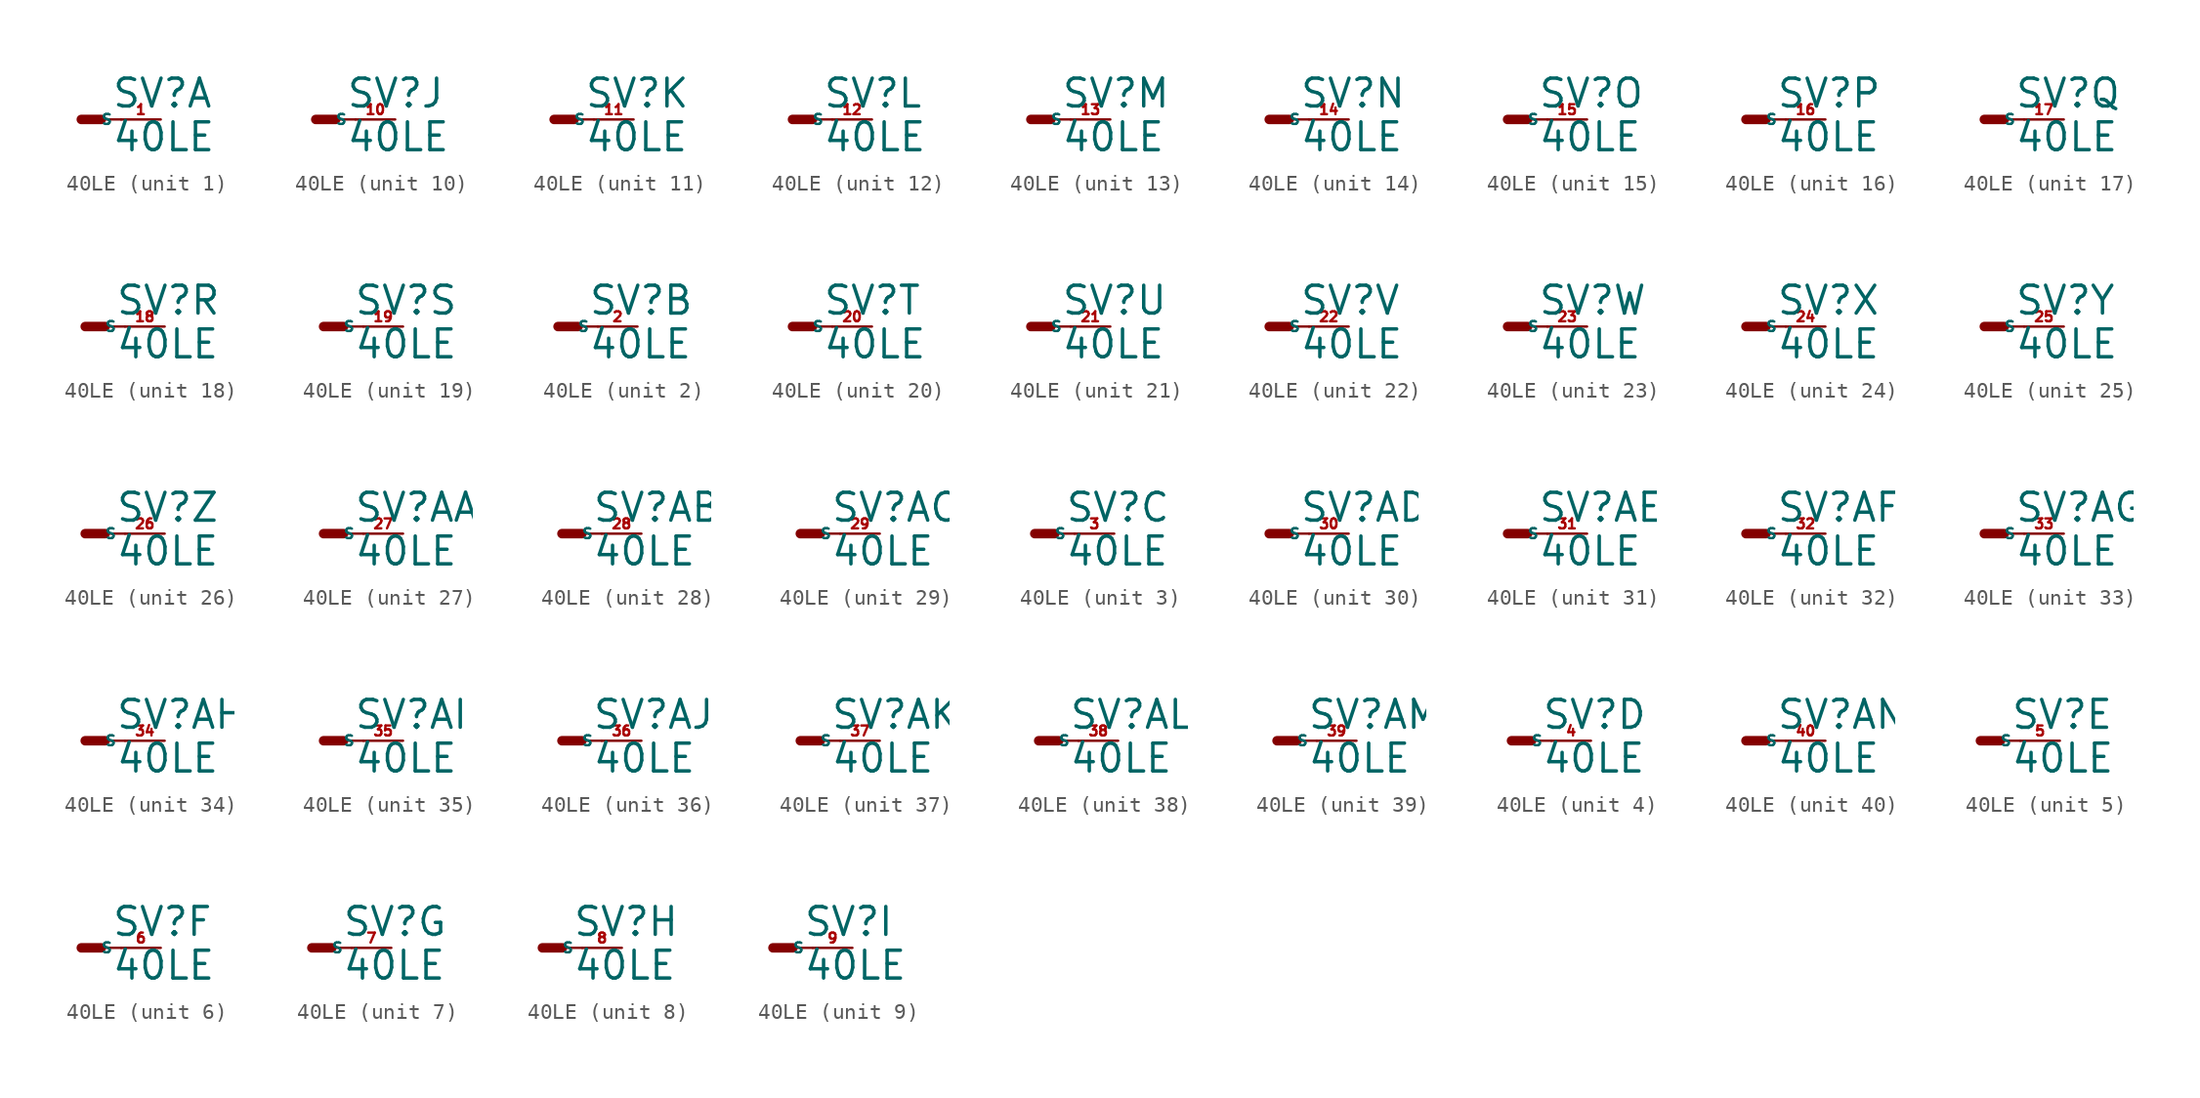
<source format=kicad_sym>
(kicad_symbol_lib
  (version 20220914)
  (generator Eagle2Kicad)
  (symbol "40LE"
    (property "Reference" "SV"
      (at 1.905 0.635 0)
      (effects (font (size 1.778 1.778) (thickness 0.22)) (justify left bottom)))
    (property "Value" "40LE"
      (at 1.905 -2.159 0)
      (effects (font (size 1.778 1.778) (thickness 0.22)) (justify left bottom)))
    (symbol "40LE_1_0"
      (polyline (pts (xy 0 0) (xy 1.27 0)) (stroke (width 0.61) (type default)) (fill (type none)))
      (polyline (pts (xy 2.54 0) (xy 1.27 0)) (stroke (width 0.152) (type default)) (fill (type none)))
      (pin passive line (at 5.08 0 180) (length 2.54) (name "S" (effects (font (size 0.635 0.635) (thickness 0.08)) (justify left bottom))) (number "1" (effects (font (size 0.635 0.635) (thickness 0.08)) (justify left bottom)))))
    (symbol "40LE_2_0"
      (polyline (pts (xy 0 0) (xy 1.27 0)) (stroke (width 0.61) (type default)) (fill (type none)))
      (polyline (pts (xy 2.54 0) (xy 1.27 0)) (stroke (width 0.152) (type default)) (fill (type none)))
      (pin passive line (at 5.08 0 180) (length 2.54) (name "S" (effects (font (size 0.635 0.635) (thickness 0.08)) (justify left bottom))) (number "2" (effects (font (size 0.635 0.635) (thickness 0.08)) (justify left bottom)))))
    (symbol "40LE_3_0"
      (polyline (pts (xy 0 0) (xy 1.27 0)) (stroke (width 0.61) (type default)) (fill (type none)))
      (polyline (pts (xy 2.54 0) (xy 1.27 0)) (stroke (width 0.152) (type default)) (fill (type none)))
      (pin passive line (at 5.08 0 180) (length 2.54) (name "S" (effects (font (size 0.635 0.635) (thickness 0.08)) (justify left bottom))) (number "3" (effects (font (size 0.635 0.635) (thickness 0.08)) (justify left bottom)))))
    (symbol "40LE_4_0"
      (polyline (pts (xy 0 0) (xy 1.27 0)) (stroke (width 0.61) (type default)) (fill (type none)))
      (polyline (pts (xy 2.54 0) (xy 1.27 0)) (stroke (width 0.152) (type default)) (fill (type none)))
      (pin passive line (at 5.08 0 180) (length 2.54) (name "S" (effects (font (size 0.635 0.635) (thickness 0.08)) (justify left bottom))) (number "4" (effects (font (size 0.635 0.635) (thickness 0.08)) (justify left bottom)))))
    (symbol "40LE_5_0"
      (polyline (pts (xy 0 0) (xy 1.27 0)) (stroke (width 0.61) (type default)) (fill (type none)))
      (polyline (pts (xy 2.54 0) (xy 1.27 0)) (stroke (width 0.152) (type default)) (fill (type none)))
      (pin passive line (at 5.08 0 180) (length 2.54) (name "S" (effects (font (size 0.635 0.635) (thickness 0.08)) (justify left bottom))) (number "5" (effects (font (size 0.635 0.635) (thickness 0.08)) (justify left bottom)))))
    (symbol "40LE_6_0"
      (polyline (pts (xy 0 0) (xy 1.27 0)) (stroke (width 0.61) (type default)) (fill (type none)))
      (polyline (pts (xy 2.54 0) (xy 1.27 0)) (stroke (width 0.152) (type default)) (fill (type none)))
      (pin passive line (at 5.08 0 180) (length 2.54) (name "S" (effects (font (size 0.635 0.635) (thickness 0.08)) (justify left bottom))) (number "6" (effects (font (size 0.635 0.635) (thickness 0.08)) (justify left bottom)))))
    (symbol "40LE_7_0"
      (polyline (pts (xy 0 0) (xy 1.27 0)) (stroke (width 0.61) (type default)) (fill (type none)))
      (polyline (pts (xy 2.54 0) (xy 1.27 0)) (stroke (width 0.152) (type default)) (fill (type none)))
      (pin passive line (at 5.08 0 180) (length 2.54) (name "S" (effects (font (size 0.635 0.635) (thickness 0.08)) (justify left bottom))) (number "7" (effects (font (size 0.635 0.635) (thickness 0.08)) (justify left bottom)))))
    (symbol "40LE_8_0"
      (polyline (pts (xy 0 0) (xy 1.27 0)) (stroke (width 0.61) (type default)) (fill (type none)))
      (polyline (pts (xy 2.54 0) (xy 1.27 0)) (stroke (width 0.152) (type default)) (fill (type none)))
      (pin passive line (at 5.08 0 180) (length 2.54) (name "S" (effects (font (size 0.635 0.635) (thickness 0.08)) (justify left bottom))) (number "8" (effects (font (size 0.635 0.635) (thickness 0.08)) (justify left bottom)))))
    (symbol "40LE_9_0"
      (polyline (pts (xy 0 0) (xy 1.27 0)) (stroke (width 0.61) (type default)) (fill (type none)))
      (polyline (pts (xy 2.54 0) (xy 1.27 0)) (stroke (width 0.152) (type default)) (fill (type none)))
      (pin passive line (at 5.08 0 180) (length 2.54) (name "S" (effects (font (size 0.635 0.635) (thickness 0.08)) (justify left bottom))) (number "9" (effects (font (size 0.635 0.635) (thickness 0.08)) (justify left bottom)))))
    (symbol "40LE_10_0"
      (polyline (pts (xy 0 0) (xy 1.27 0)) (stroke (width 0.61) (type default)) (fill (type none)))
      (polyline (pts (xy 2.54 0) (xy 1.27 0)) (stroke (width 0.152) (type default)) (fill (type none)))
      (pin passive line (at 5.08 0 180) (length 2.54) (name "S" (effects (font (size 0.635 0.635) (thickness 0.08)) (justify left bottom))) (number "10" (effects (font (size 0.635 0.635) (thickness 0.08)) (justify left bottom)))))
    (symbol "40LE_11_0"
      (polyline (pts (xy 0 0) (xy 1.27 0)) (stroke (width 0.61) (type default)) (fill (type none)))
      (polyline (pts (xy 2.54 0) (xy 1.27 0)) (stroke (width 0.152) (type default)) (fill (type none)))
      (pin passive line (at 5.08 0 180) (length 2.54) (name "S" (effects (font (size 0.635 0.635) (thickness 0.08)) (justify left bottom))) (number "11" (effects (font (size 0.635 0.635) (thickness 0.08)) (justify left bottom)))))
    (symbol "40LE_12_0"
      (polyline (pts (xy 0 0) (xy 1.27 0)) (stroke (width 0.61) (type default)) (fill (type none)))
      (polyline (pts (xy 2.54 0) (xy 1.27 0)) (stroke (width 0.152) (type default)) (fill (type none)))
      (pin passive line (at 5.08 0 180) (length 2.54) (name "S" (effects (font (size 0.635 0.635) (thickness 0.08)) (justify left bottom))) (number "12" (effects (font (size 0.635 0.635) (thickness 0.08)) (justify left bottom)))))
    (symbol "40LE_13_0"
      (polyline (pts (xy 0 0) (xy 1.27 0)) (stroke (width 0.61) (type default)) (fill (type none)))
      (polyline (pts (xy 2.54 0) (xy 1.27 0)) (stroke (width 0.152) (type default)) (fill (type none)))
      (pin passive line (at 5.08 0 180) (length 2.54) (name "S" (effects (font (size 0.635 0.635) (thickness 0.08)) (justify left bottom))) (number "13" (effects (font (size 0.635 0.635) (thickness 0.08)) (justify left bottom)))))
    (symbol "40LE_14_0"
      (polyline (pts (xy 0 0) (xy 1.27 0)) (stroke (width 0.61) (type default)) (fill (type none)))
      (polyline (pts (xy 2.54 0) (xy 1.27 0)) (stroke (width 0.152) (type default)) (fill (type none)))
      (pin passive line (at 5.08 0 180) (length 2.54) (name "S" (effects (font (size 0.635 0.635) (thickness 0.08)) (justify left bottom))) (number "14" (effects (font (size 0.635 0.635) (thickness 0.08)) (justify left bottom)))))
    (symbol "40LE_15_0"
      (polyline (pts (xy 0 0) (xy 1.27 0)) (stroke (width 0.61) (type default)) (fill (type none)))
      (polyline (pts (xy 2.54 0) (xy 1.27 0)) (stroke (width 0.152) (type default)) (fill (type none)))
      (pin passive line (at 5.08 0 180) (length 2.54) (name "S" (effects (font (size 0.635 0.635) (thickness 0.08)) (justify left bottom))) (number "15" (effects (font (size 0.635 0.635) (thickness 0.08)) (justify left bottom)))))
    (symbol "40LE_16_0"
      (polyline (pts (xy 0 0) (xy 1.27 0)) (stroke (width 0.61) (type default)) (fill (type none)))
      (polyline (pts (xy 2.54 0) (xy 1.27 0)) (stroke (width 0.152) (type default)) (fill (type none)))
      (pin passive line (at 5.08 0 180) (length 2.54) (name "S" (effects (font (size 0.635 0.635) (thickness 0.08)) (justify left bottom))) (number "16" (effects (font (size 0.635 0.635) (thickness 0.08)) (justify left bottom)))))
    (symbol "40LE_17_0"
      (polyline (pts (xy 0 0) (xy 1.27 0)) (stroke (width 0.61) (type default)) (fill (type none)))
      (polyline (pts (xy 2.54 0) (xy 1.27 0)) (stroke (width 0.152) (type default)) (fill (type none)))
      (pin passive line (at 5.08 0 180) (length 2.54) (name "S" (effects (font (size 0.635 0.635) (thickness 0.08)) (justify left bottom))) (number "17" (effects (font (size 0.635 0.635) (thickness 0.08)) (justify left bottom)))))
    (symbol "40LE_18_0"
      (polyline (pts (xy 0 0) (xy 1.27 0)) (stroke (width 0.61) (type default)) (fill (type none)))
      (polyline (pts (xy 2.54 0) (xy 1.27 0)) (stroke (width 0.152) (type default)) (fill (type none)))
      (pin passive line (at 5.08 0 180) (length 2.54) (name "S" (effects (font (size 0.635 0.635) (thickness 0.08)) (justify left bottom))) (number "18" (effects (font (size 0.635 0.635) (thickness 0.08)) (justify left bottom)))))
    (symbol "40LE_19_0"
      (polyline (pts (xy 0 0) (xy 1.27 0)) (stroke (width 0.61) (type default)) (fill (type none)))
      (polyline (pts (xy 2.54 0) (xy 1.27 0)) (stroke (width 0.152) (type default)) (fill (type none)))
      (pin passive line (at 5.08 0 180) (length 2.54) (name "S" (effects (font (size 0.635 0.635) (thickness 0.08)) (justify left bottom))) (number "19" (effects (font (size 0.635 0.635) (thickness 0.08)) (justify left bottom)))))
    (symbol "40LE_20_0"
      (polyline (pts (xy 0 0) (xy 1.27 0)) (stroke (width 0.61) (type default)) (fill (type none)))
      (polyline (pts (xy 2.54 0) (xy 1.27 0)) (stroke (width 0.152) (type default)) (fill (type none)))
      (pin passive line (at 5.08 0 180) (length 2.54) (name "S" (effects (font (size 0.635 0.635) (thickness 0.08)) (justify left bottom))) (number "20" (effects (font (size 0.635 0.635) (thickness 0.08)) (justify left bottom)))))
    (symbol "40LE_21_0"
      (polyline (pts (xy 0 0) (xy 1.27 0)) (stroke (width 0.61) (type default)) (fill (type none)))
      (polyline (pts (xy 2.54 0) (xy 1.27 0)) (stroke (width 0.152) (type default)) (fill (type none)))
      (pin passive line (at 5.08 0 180) (length 2.54) (name "S" (effects (font (size 0.635 0.635) (thickness 0.08)) (justify left bottom))) (number "21" (effects (font (size 0.635 0.635) (thickness 0.08)) (justify left bottom)))))
    (symbol "40LE_22_0"
      (polyline (pts (xy 0 0) (xy 1.27 0)) (stroke (width 0.61) (type default)) (fill (type none)))
      (polyline (pts (xy 2.54 0) (xy 1.27 0)) (stroke (width 0.152) (type default)) (fill (type none)))
      (pin passive line (at 5.08 0 180) (length 2.54) (name "S" (effects (font (size 0.635 0.635) (thickness 0.08)) (justify left bottom))) (number "22" (effects (font (size 0.635 0.635) (thickness 0.08)) (justify left bottom)))))
    (symbol "40LE_23_0"
      (polyline (pts (xy 0 0) (xy 1.27 0)) (stroke (width 0.61) (type default)) (fill (type none)))
      (polyline (pts (xy 2.54 0) (xy 1.27 0)) (stroke (width 0.152) (type default)) (fill (type none)))
      (pin passive line (at 5.08 0 180) (length 2.54) (name "S" (effects (font (size 0.635 0.635) (thickness 0.08)) (justify left bottom))) (number "23" (effects (font (size 0.635 0.635) (thickness 0.08)) (justify left bottom)))))
    (symbol "40LE_24_0"
      (polyline (pts (xy 0 0) (xy 1.27 0)) (stroke (width 0.61) (type default)) (fill (type none)))
      (polyline (pts (xy 2.54 0) (xy 1.27 0)) (stroke (width 0.152) (type default)) (fill (type none)))
      (pin passive line (at 5.08 0 180) (length 2.54) (name "S" (effects (font (size 0.635 0.635) (thickness 0.08)) (justify left bottom))) (number "24" (effects (font (size 0.635 0.635) (thickness 0.08)) (justify left bottom)))))
    (symbol "40LE_25_0"
      (polyline (pts (xy 0 0) (xy 1.27 0)) (stroke (width 0.61) (type default)) (fill (type none)))
      (polyline (pts (xy 2.54 0) (xy 1.27 0)) (stroke (width 0.152) (type default)) (fill (type none)))
      (pin passive line (at 5.08 0 180) (length 2.54) (name "S" (effects (font (size 0.635 0.635) (thickness 0.08)) (justify left bottom))) (number "25" (effects (font (size 0.635 0.635) (thickness 0.08)) (justify left bottom)))))
    (symbol "40LE_26_0"
      (polyline (pts (xy 0 0) (xy 1.27 0)) (stroke (width 0.61) (type default)) (fill (type none)))
      (polyline (pts (xy 2.54 0) (xy 1.27 0)) (stroke (width 0.152) (type default)) (fill (type none)))
      (pin passive line (at 5.08 0 180) (length 2.54) (name "S" (effects (font (size 0.635 0.635) (thickness 0.08)) (justify left bottom))) (number "26" (effects (font (size 0.635 0.635) (thickness 0.08)) (justify left bottom)))))
    (symbol "40LE_27_0"
      (polyline (pts (xy 0 0) (xy 1.27 0)) (stroke (width 0.61) (type default)) (fill (type none)))
      (polyline (pts (xy 2.54 0) (xy 1.27 0)) (stroke (width 0.152) (type default)) (fill (type none)))
      (pin passive line (at 5.08 0 180) (length 2.54) (name "S" (effects (font (size 0.635 0.635) (thickness 0.08)) (justify left bottom))) (number "27" (effects (font (size 0.635 0.635) (thickness 0.08)) (justify left bottom)))))
    (symbol "40LE_28_0"
      (polyline (pts (xy 0 0) (xy 1.27 0)) (stroke (width 0.61) (type default)) (fill (type none)))
      (polyline (pts (xy 2.54 0) (xy 1.27 0)) (stroke (width 0.152) (type default)) (fill (type none)))
      (pin passive line (at 5.08 0 180) (length 2.54) (name "S" (effects (font (size 0.635 0.635) (thickness 0.08)) (justify left bottom))) (number "28" (effects (font (size 0.635 0.635) (thickness 0.08)) (justify left bottom)))))
    (symbol "40LE_29_0"
      (polyline (pts (xy 0 0) (xy 1.27 0)) (stroke (width 0.61) (type default)) (fill (type none)))
      (polyline (pts (xy 2.54 0) (xy 1.27 0)) (stroke (width 0.152) (type default)) (fill (type none)))
      (pin passive line (at 5.08 0 180) (length 2.54) (name "S" (effects (font (size 0.635 0.635) (thickness 0.08)) (justify left bottom))) (number "29" (effects (font (size 0.635 0.635) (thickness 0.08)) (justify left bottom)))))
    (symbol "40LE_30_0"
      (polyline (pts (xy 0 0) (xy 1.27 0)) (stroke (width 0.61) (type default)) (fill (type none)))
      (polyline (pts (xy 2.54 0) (xy 1.27 0)) (stroke (width 0.152) (type default)) (fill (type none)))
      (pin passive line (at 5.08 0 180) (length 2.54) (name "S" (effects (font (size 0.635 0.635) (thickness 0.08)) (justify left bottom))) (number "30" (effects (font (size 0.635 0.635) (thickness 0.08)) (justify left bottom)))))
    (symbol "40LE_31_0"
      (polyline (pts (xy 0 0) (xy 1.27 0)) (stroke (width 0.61) (type default)) (fill (type none)))
      (polyline (pts (xy 2.54 0) (xy 1.27 0)) (stroke (width 0.152) (type default)) (fill (type none)))
      (pin passive line (at 5.08 0 180) (length 2.54) (name "S" (effects (font (size 0.635 0.635) (thickness 0.08)) (justify left bottom))) (number "31" (effects (font (size 0.635 0.635) (thickness 0.08)) (justify left bottom)))))
    (symbol "40LE_32_0"
      (polyline (pts (xy 0 0) (xy 1.27 0)) (stroke (width 0.61) (type default)) (fill (type none)))
      (polyline (pts (xy 2.54 0) (xy 1.27 0)) (stroke (width 0.152) (type default)) (fill (type none)))
      (pin passive line (at 5.08 0 180) (length 2.54) (name "S" (effects (font (size 0.635 0.635) (thickness 0.08)) (justify left bottom))) (number "32" (effects (font (size 0.635 0.635) (thickness 0.08)) (justify left bottom)))))
    (symbol "40LE_33_0"
      (polyline (pts (xy 0 0) (xy 1.27 0)) (stroke (width 0.61) (type default)) (fill (type none)))
      (polyline (pts (xy 2.54 0) (xy 1.27 0)) (stroke (width 0.152) (type default)) (fill (type none)))
      (pin passive line (at 5.08 0 180) (length 2.54) (name "S" (effects (font (size 0.635 0.635) (thickness 0.08)) (justify left bottom))) (number "33" (effects (font (size 0.635 0.635) (thickness 0.08)) (justify left bottom)))))
    (symbol "40LE_34_0"
      (polyline (pts (xy 0 0) (xy 1.27 0)) (stroke (width 0.61) (type default)) (fill (type none)))
      (polyline (pts (xy 2.54 0) (xy 1.27 0)) (stroke (width 0.152) (type default)) (fill (type none)))
      (pin passive line (at 5.08 0 180) (length 2.54) (name "S" (effects (font (size 0.635 0.635) (thickness 0.08)) (justify left bottom))) (number "34" (effects (font (size 0.635 0.635) (thickness 0.08)) (justify left bottom)))))
    (symbol "40LE_35_0"
      (polyline (pts (xy 0 0) (xy 1.27 0)) (stroke (width 0.61) (type default)) (fill (type none)))
      (polyline (pts (xy 2.54 0) (xy 1.27 0)) (stroke (width 0.152) (type default)) (fill (type none)))
      (pin passive line (at 5.08 0 180) (length 2.54) (name "S" (effects (font (size 0.635 0.635) (thickness 0.08)) (justify left bottom))) (number "35" (effects (font (size 0.635 0.635) (thickness 0.08)) (justify left bottom)))))
    (symbol "40LE_36_0"
      (polyline (pts (xy 0 0) (xy 1.27 0)) (stroke (width 0.61) (type default)) (fill (type none)))
      (polyline (pts (xy 2.54 0) (xy 1.27 0)) (stroke (width 0.152) (type default)) (fill (type none)))
      (pin passive line (at 5.08 0 180) (length 2.54) (name "S" (effects (font (size 0.635 0.635) (thickness 0.08)) (justify left bottom))) (number "36" (effects (font (size 0.635 0.635) (thickness 0.08)) (justify left bottom)))))
    (symbol "40LE_37_0"
      (polyline (pts (xy 0 0) (xy 1.27 0)) (stroke (width 0.61) (type default)) (fill (type none)))
      (polyline (pts (xy 2.54 0) (xy 1.27 0)) (stroke (width 0.152) (type default)) (fill (type none)))
      (pin passive line (at 5.08 0 180) (length 2.54) (name "S" (effects (font (size 0.635 0.635) (thickness 0.08)) (justify left bottom))) (number "37" (effects (font (size 0.635 0.635) (thickness 0.08)) (justify left bottom)))))
    (symbol "40LE_38_0"
      (polyline (pts (xy 0 0) (xy 1.27 0)) (stroke (width 0.61) (type default)) (fill (type none)))
      (polyline (pts (xy 2.54 0) (xy 1.27 0)) (stroke (width 0.152) (type default)) (fill (type none)))
      (pin passive line (at 5.08 0 180) (length 2.54) (name "S" (effects (font (size 0.635 0.635) (thickness 0.08)) (justify left bottom))) (number "38" (effects (font (size 0.635 0.635) (thickness 0.08)) (justify left bottom)))))
    (symbol "40LE_39_0"
      (polyline (pts (xy 0 0) (xy 1.27 0)) (stroke (width 0.61) (type default)) (fill (type none)))
      (polyline (pts (xy 2.54 0) (xy 1.27 0)) (stroke (width 0.152) (type default)) (fill (type none)))
      (pin passive line (at 5.08 0 180) (length 2.54) (name "S" (effects (font (size 0.635 0.635) (thickness 0.08)) (justify left bottom))) (number "39" (effects (font (size 0.635 0.635) (thickness 0.08)) (justify left bottom)))))
    (symbol "40LE_40_0"
      (polyline (pts (xy 0 0) (xy 1.27 0)) (stroke (width 0.61) (type default)) (fill (type none)))
      (polyline (pts (xy 2.54 0) (xy 1.27 0)) (stroke (width 0.152) (type default)) (fill (type none)))
      (pin passive line (at 5.08 0 180) (length 2.54) (name "S" (effects (font (size 0.635 0.635) (thickness 0.08)) (justify left bottom))) (number "40" (effects (font (size 0.635 0.635) (thickness 0.08)) (justify left bottom)))))))
</source>
